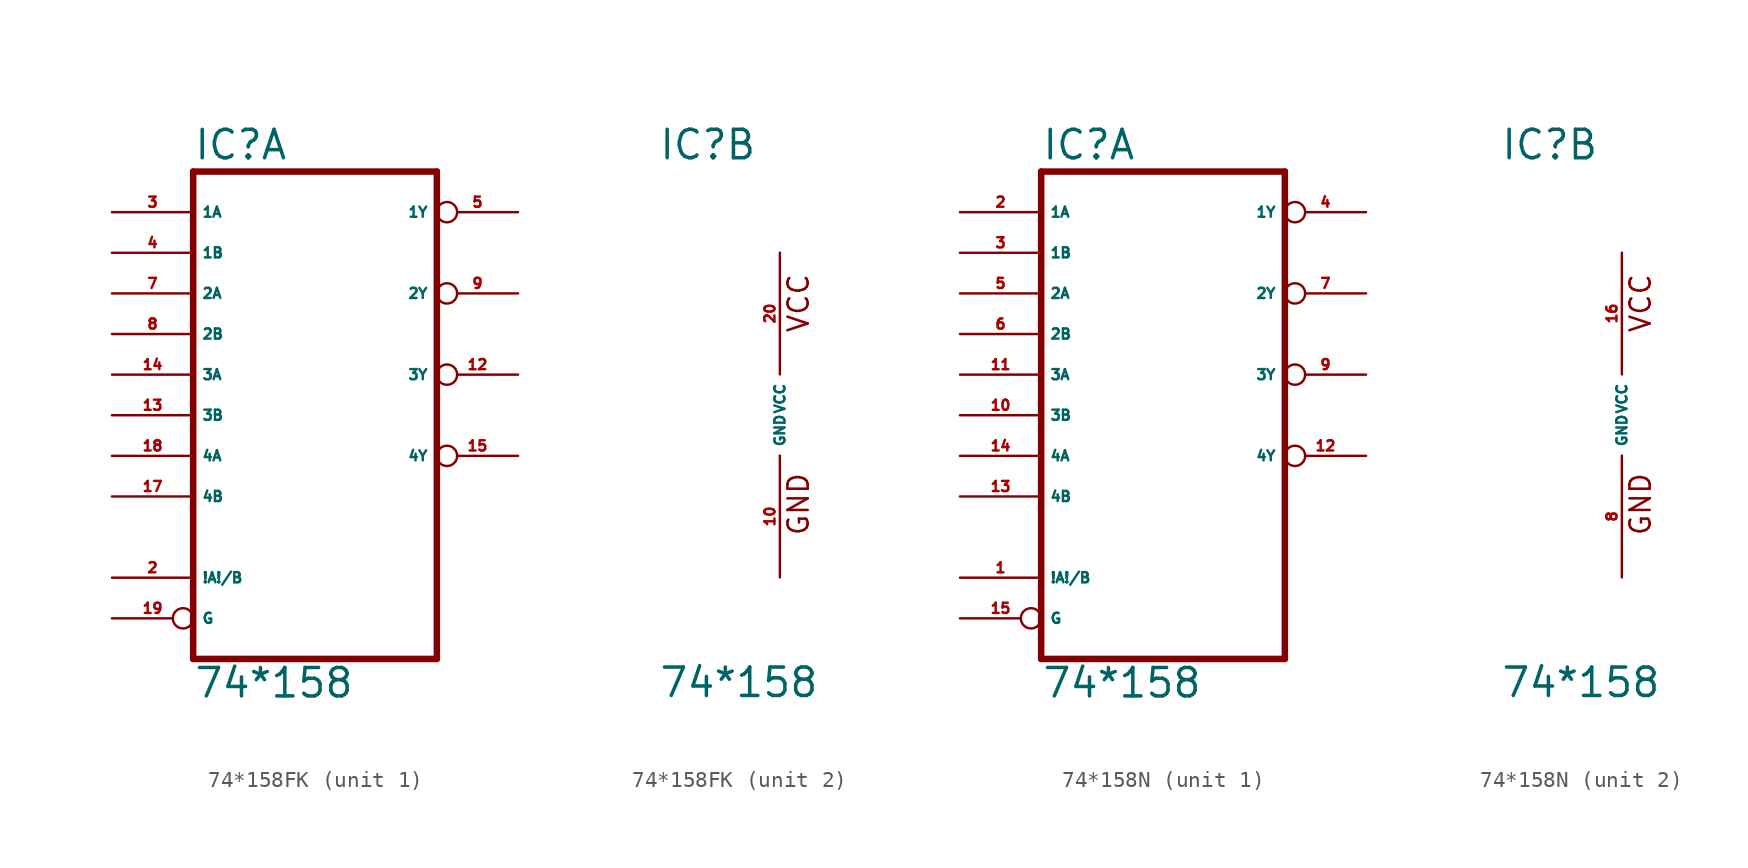
<source format=kicad_sym>
(kicad_symbol_lib
  (version 20220914)
  (generator Eagle2Kicad)
  (symbol "74*158FK"
    (property "Reference" "IC"
      (at -7.62 15.875 0)
      (effects (font (size 1.778 1.778) (thickness 0.22)) (justify left bottom)))
    (property "Value" "74*158"
      (at -7.62 -17.78 0)
      (effects (font (size 1.778 1.778) (thickness 0.22)) (justify left bottom)))
    (symbol "74*158FK_1_0"
      (polyline (pts (xy -7.62 -15.24) (xy 7.62 -15.24)) (stroke (width 0.406) (type default)) (fill (type none)))
      (polyline (pts (xy 7.62 -15.24) (xy 7.62 15.24)) (stroke (width 0.406) (type default)) (fill (type none)))
      (polyline (pts (xy 7.62 15.24) (xy -7.62 15.24)) (stroke (width 0.406) (type default)) (fill (type none)))
      (polyline (pts (xy -7.62 15.24) (xy -7.62 -15.24)) (stroke (width 0.406) (type default)) (fill (type none)))
      (pin input line (at -12.7 -10.16 0) (length 5.08) (name "!A!/B" (effects (font (size 0.635 0.635) (thickness 0.08)) (justify left bottom))) (number "2" (effects (font (size 0.635 0.635) (thickness 0.08)) (justify left bottom))))
      (pin input line (at -12.7 12.7 0) (length 5.08) (name "1A" (effects (font (size 0.635 0.635) (thickness 0.08)) (justify left bottom))) (number "3" (effects (font (size 0.635 0.635) (thickness 0.08)) (justify left bottom))))
      (pin input line (at -12.7 10.16 0) (length 5.08) (name "1B" (effects (font (size 0.635 0.635) (thickness 0.08)) (justify left bottom))) (number "4" (effects (font (size 0.635 0.635) (thickness 0.08)) (justify left bottom))))
      (pin output inverted (at 12.7 12.7 180) (length 5.08) (name "1Y" (effects (font (size 0.635 0.635) (thickness 0.08)) (justify left bottom))) (number "5" (effects (font (size 0.635 0.635) (thickness 0.08)) (justify left bottom))))
      (pin input line (at -12.7 7.62 0) (length 5.08) (name "2A" (effects (font (size 0.635 0.635) (thickness 0.08)) (justify left bottom))) (number "7" (effects (font (size 0.635 0.635) (thickness 0.08)) (justify left bottom))))
      (pin input line (at -12.7 5.08 0) (length 5.08) (name "2B" (effects (font (size 0.635 0.635) (thickness 0.08)) (justify left bottom))) (number "8" (effects (font (size 0.635 0.635) (thickness 0.08)) (justify left bottom))))
      (pin output inverted (at 12.7 7.62 180) (length 5.08) (name "2Y" (effects (font (size 0.635 0.635) (thickness 0.08)) (justify left bottom))) (number "9" (effects (font (size 0.635 0.635) (thickness 0.08)) (justify left bottom))))
      (pin output inverted (at 12.7 2.54 180) (length 5.08) (name "3Y" (effects (font (size 0.635 0.635) (thickness 0.08)) (justify left bottom))) (number "12" (effects (font (size 0.635 0.635) (thickness 0.08)) (justify left bottom))))
      (pin input line (at -12.7 0 0) (length 5.08) (name "3B" (effects (font (size 0.635 0.635) (thickness 0.08)) (justify left bottom))) (number "13" (effects (font (size 0.635 0.635) (thickness 0.08)) (justify left bottom))))
      (pin input line (at -12.7 2.54 0) (length 5.08) (name "3A" (effects (font (size 0.635 0.635) (thickness 0.08)) (justify left bottom))) (number "14" (effects (font (size 0.635 0.635) (thickness 0.08)) (justify left bottom))))
      (pin output inverted (at 12.7 -2.54 180) (length 5.08) (name "4Y" (effects (font (size 0.635 0.635) (thickness 0.08)) (justify left bottom))) (number "15" (effects (font (size 0.635 0.635) (thickness 0.08)) (justify left bottom))))
      (pin input line (at -12.7 -5.08 0) (length 5.08) (name "4B" (effects (font (size 0.635 0.635) (thickness 0.08)) (justify left bottom))) (number "17" (effects (font (size 0.635 0.635) (thickness 0.08)) (justify left bottom))))
      (pin input line (at -12.7 -2.54 0) (length 5.08) (name "4A" (effects (font (size 0.635 0.635) (thickness 0.08)) (justify left bottom))) (number "18" (effects (font (size 0.635 0.635) (thickness 0.08)) (justify left bottom))))
      (pin input inverted (at -12.7 -12.7 0) (length 5.08) (name "G" (effects (font (size 0.635 0.635) (thickness 0.08)) (justify left bottom))) (number "19" (effects (font (size 0.635 0.635) (thickness 0.08)) (justify left bottom)))))
    (symbol "74*158FK_2_0"
      (text "GND" (at 1.905 -7.62 900) (effects (font (size 1.27 1.27) (thickness 0.16)) (justify left bottom)))
      (text "VCC" (at 1.905 5.08 900) (effects (font (size 1.27 1.27) (thickness 0.16)) (justify left bottom)))
      (pin unspecified line (at 0 -10.16 90) (length 7.62) (name "GND" (effects (font (size 0.635 0.635) (thickness 0.08)) (justify left bottom))) (number "10" (effects (font (size 0.635 0.635) (thickness 0.08)) (justify left bottom))))
      (pin unspecified line (at 0 10.16 270) (length 7.62) (name "VCC" (effects (font (size 0.635 0.635) (thickness 0.08)) (justify left bottom))) (number "20" (effects (font (size 0.635 0.635) (thickness 0.08)) (justify left bottom))))))
  (symbol "74*158N"
    (property "Reference" "IC"
      (at -7.62 15.875 0)
      (effects (font (size 1.778 1.778) (thickness 0.22)) (justify left bottom)))
    (property "Value" "74*158"
      (at -7.62 -17.78 0)
      (effects (font (size 1.778 1.778) (thickness 0.22)) (justify left bottom)))
    (symbol "74*158N_1_0"
      (polyline (pts (xy -7.62 -15.24) (xy 7.62 -15.24)) (stroke (width 0.406) (type default)) (fill (type none)))
      (polyline (pts (xy 7.62 -15.24) (xy 7.62 15.24)) (stroke (width 0.406) (type default)) (fill (type none)))
      (polyline (pts (xy 7.62 15.24) (xy -7.62 15.24)) (stroke (width 0.406) (type default)) (fill (type none)))
      (polyline (pts (xy -7.62 15.24) (xy -7.62 -15.24)) (stroke (width 0.406) (type default)) (fill (type none)))
      (pin input line (at -12.7 -10.16 0) (length 5.08) (name "!A!/B" (effects (font (size 0.635 0.635) (thickness 0.08)) (justify left bottom))) (number "1" (effects (font (size 0.635 0.635) (thickness 0.08)) (justify left bottom))))
      (pin input line (at -12.7 12.7 0) (length 5.08) (name "1A" (effects (font (size 0.635 0.635) (thickness 0.08)) (justify left bottom))) (number "2" (effects (font (size 0.635 0.635) (thickness 0.08)) (justify left bottom))))
      (pin input line (at -12.7 10.16 0) (length 5.08) (name "1B" (effects (font (size 0.635 0.635) (thickness 0.08)) (justify left bottom))) (number "3" (effects (font (size 0.635 0.635) (thickness 0.08)) (justify left bottom))))
      (pin output inverted (at 12.7 12.7 180) (length 5.08) (name "1Y" (effects (font (size 0.635 0.635) (thickness 0.08)) (justify left bottom))) (number "4" (effects (font (size 0.635 0.635) (thickness 0.08)) (justify left bottom))))
      (pin input line (at -12.7 7.62 0) (length 5.08) (name "2A" (effects (font (size 0.635 0.635) (thickness 0.08)) (justify left bottom))) (number "5" (effects (font (size 0.635 0.635) (thickness 0.08)) (justify left bottom))))
      (pin input line (at -12.7 5.08 0) (length 5.08) (name "2B" (effects (font (size 0.635 0.635) (thickness 0.08)) (justify left bottom))) (number "6" (effects (font (size 0.635 0.635) (thickness 0.08)) (justify left bottom))))
      (pin output inverted (at 12.7 7.62 180) (length 5.08) (name "2Y" (effects (font (size 0.635 0.635) (thickness 0.08)) (justify left bottom))) (number "7" (effects (font (size 0.635 0.635) (thickness 0.08)) (justify left bottom))))
      (pin output inverted (at 12.7 2.54 180) (length 5.08) (name "3Y" (effects (font (size 0.635 0.635) (thickness 0.08)) (justify left bottom))) (number "9" (effects (font (size 0.635 0.635) (thickness 0.08)) (justify left bottom))))
      (pin input line (at -12.7 0 0) (length 5.08) (name "3B" (effects (font (size 0.635 0.635) (thickness 0.08)) (justify left bottom))) (number "10" (effects (font (size 0.635 0.635) (thickness 0.08)) (justify left bottom))))
      (pin input line (at -12.7 2.54 0) (length 5.08) (name "3A" (effects (font (size 0.635 0.635) (thickness 0.08)) (justify left bottom))) (number "11" (effects (font (size 0.635 0.635) (thickness 0.08)) (justify left bottom))))
      (pin output inverted (at 12.7 -2.54 180) (length 5.08) (name "4Y" (effects (font (size 0.635 0.635) (thickness 0.08)) (justify left bottom))) (number "12" (effects (font (size 0.635 0.635) (thickness 0.08)) (justify left bottom))))
      (pin input line (at -12.7 -5.08 0) (length 5.08) (name "4B" (effects (font (size 0.635 0.635) (thickness 0.08)) (justify left bottom))) (number "13" (effects (font (size 0.635 0.635) (thickness 0.08)) (justify left bottom))))
      (pin input line (at -12.7 -2.54 0) (length 5.08) (name "4A" (effects (font (size 0.635 0.635) (thickness 0.08)) (justify left bottom))) (number "14" (effects (font (size 0.635 0.635) (thickness 0.08)) (justify left bottom))))
      (pin input inverted (at -12.7 -12.7 0) (length 5.08) (name "G" (effects (font (size 0.635 0.635) (thickness 0.08)) (justify left bottom))) (number "15" (effects (font (size 0.635 0.635) (thickness 0.08)) (justify left bottom)))))
    (symbol "74*158N_2_0"
      (text "GND" (at 1.905 -7.62 900) (effects (font (size 1.27 1.27) (thickness 0.16)) (justify left bottom)))
      (text "VCC" (at 1.905 5.08 900) (effects (font (size 1.27 1.27) (thickness 0.16)) (justify left bottom)))
      (pin unspecified line (at 0 -10.16 90) (length 7.62) (name "GND" (effects (font (size 0.635 0.635) (thickness 0.08)) (justify left bottom))) (number "8" (effects (font (size 0.635 0.635) (thickness 0.08)) (justify left bottom))))
      (pin unspecified line (at 0 10.16 270) (length 7.62) (name "VCC" (effects (font (size 0.635 0.635) (thickness 0.08)) (justify left bottom))) (number "16" (effects (font (size 0.635 0.635) (thickness 0.08)) (justify left bottom)))))))
</source>
